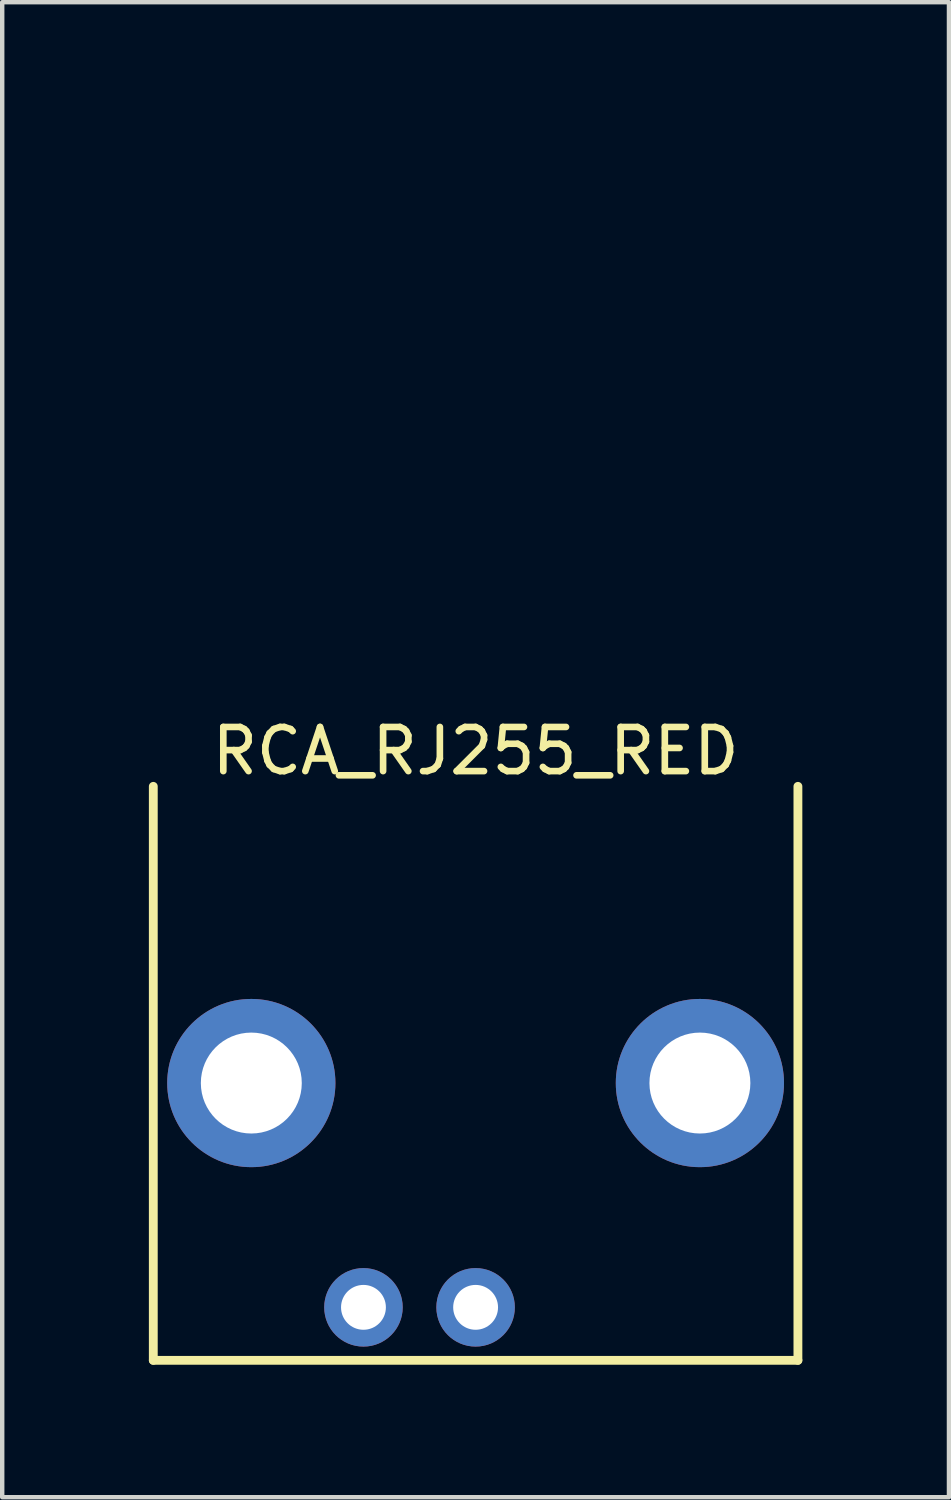
<source format=kicad_pcb>
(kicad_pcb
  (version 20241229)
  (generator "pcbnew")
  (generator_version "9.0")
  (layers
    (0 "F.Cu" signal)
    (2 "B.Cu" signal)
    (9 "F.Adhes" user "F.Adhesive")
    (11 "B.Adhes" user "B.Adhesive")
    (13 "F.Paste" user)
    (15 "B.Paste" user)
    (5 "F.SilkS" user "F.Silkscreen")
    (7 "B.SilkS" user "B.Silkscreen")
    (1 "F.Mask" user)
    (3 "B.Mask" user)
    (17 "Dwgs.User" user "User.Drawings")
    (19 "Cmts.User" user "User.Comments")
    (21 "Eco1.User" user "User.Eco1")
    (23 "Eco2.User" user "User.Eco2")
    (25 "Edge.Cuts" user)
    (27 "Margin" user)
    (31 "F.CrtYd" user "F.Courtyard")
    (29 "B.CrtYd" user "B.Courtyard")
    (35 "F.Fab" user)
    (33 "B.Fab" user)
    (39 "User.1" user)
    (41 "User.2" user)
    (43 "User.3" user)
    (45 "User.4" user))
  (footprint "RCA_RJ255_RED"
    (layer "F.Cu")
    (at 7.722 26.56)
    (property "Reference" "RCA_RJ255_RED" (at 0 -12.6 0) (layer "F.SilkS") (effects (font (size 1 1) (thickness 0.15))))
    (fp_line (start -7.3 1.2) (end -7.3 -11.8) (stroke (width 0.2) (type solid)) (layer "F.SilkS"))
    (fp_line (start -7.3 1.2) (end 7.3 1.2) (stroke (width 0.2) (type solid)) (layer "F.SilkS"))
    (fp_line (start 7.3 1.2) (end 7.3 -11.8) (stroke (width 0.2) (type solid)) (layer "F.SilkS"))
    (fp_line (start -7.62 -12.065) (end -2.54 -12.065) (stroke (width 0.102) (type solid)) (layer "Eco2.User"))
    (fp_line (start -7.62 -12.065) (end 7.62 -12.065) (stroke (width 0.203) (type solid)) (layer "Eco2.User"))
    (fp_line (start -6.985 -20.32) (end -5.715 -20.955) (stroke (width 0.203) (type solid)) (layer "Eco2.User"))
    (fp_line (start -6.985 -20.32) (end -5.715 -19.685) (stroke (width 0.203) (type solid)) (layer "Eco2.User"))
    (fp_line (start -6.985 -20.32) (end -3.81 -20.32) (stroke (width 0.203) (type solid)) (layer "Eco2.User"))
    (fp_line (start -6.985 -19.05) (end -5.715 -19.685) (stroke (width 0.203) (type solid)) (layer "Eco2.User"))
    (fp_line (start -6.985 -19.05) (end -5.715 -18.415) (stroke (width 0.203) (type solid)) (layer "Eco2.User"))
    (fp_line (start -6.985 -19.05) (end -3.81 -19.05) (stroke (width 0.203) (type solid)) (layer "Eco2.User"))
    (fp_line (start -6.985 -17.78) (end -5.715 -18.415) (stroke (width 0.203) (type solid)) (layer "Eco2.User"))
    (fp_line (start -6.985 -17.78) (end -5.715 -17.145) (stroke (width 0.203) (type solid)) (layer "Eco2.User"))
    (fp_line (start -6.985 -17.78) (end -3.81 -17.78) (stroke (width 0.203) (type solid)) (layer "Eco2.User"))
    (fp_line (start -6.985 -16.51) (end -5.715 -17.145) (stroke (width 0.203) (type solid)) (layer "Eco2.User"))
    (fp_line (start -6.985 -16.51) (end -5.715 -15.875) (stroke (width 0.203) (type solid)) (layer "Eco2.User"))
    (fp_line (start -6.985 -16.51) (end -3.81 -16.51) (stroke (width 0.203) (type solid)) (layer "Eco2.User"))
    (fp_line (start -6.985 -15.24) (end -5.715 -15.875) (stroke (width 0.203) (type solid)) (layer "Eco2.User"))
    (fp_line (start -6.985 -15.24) (end -5.715 -14.605) (stroke (width 0.203) (type solid)) (layer "Eco2.User"))
    (fp_line (start -6.985 -15.24) (end -3.81 -15.24) (stroke (width 0.203) (type solid)) (layer "Eco2.User"))
    (fp_line (start -6.985 -13.97) (end -5.715 -14.605) (stroke (width 0.203) (type solid)) (layer "Eco2.User"))
    (fp_line (start -6.985 -13.97) (end -5.715 -13.335) (stroke (width 0.203) (type solid)) (layer "Eco2.User"))
    (fp_line (start -6.985 -13.97) (end -3.81 -13.97) (stroke (width 0.203) (type solid)) (layer "Eco2.User"))
    (fp_line (start -6.985 -12.7) (end -5.715 -13.335) (stroke (width 0.203) (type solid)) (layer "Eco2.User"))
    (fp_line (start -6.985 -12.7) (end -5.715 -12.065) (stroke (width 0.203) (type solid)) (layer "Eco2.User"))
    (fp_line (start -6.985 -12.7) (end -3.81 -12.7) (stroke (width 0.203) (type solid)) (layer "Eco2.User"))
    (fp_line (start -5.715 -20.955) (end -2.54 -20.955) (stroke (width 0.203) (type solid)) (layer "Eco2.User"))
    (fp_line (start -5.715 -20.955) (end 5.715 -20.955) (stroke (width 0.203) (type solid)) (layer "Eco2.User"))
    (fp_line (start -5.715 -19.685) (end -2.54 -19.685) (stroke (width 0.203) (type solid)) (layer "Eco2.User"))
    (fp_line (start -5.715 -18.415) (end -2.54 -18.415) (stroke (width 0.203) (type solid)) (layer "Eco2.User"))
    (fp_line (start -5.715 -17.145) (end -2.54 -17.145) (stroke (width 0.203) (type solid)) (layer "Eco2.User"))
    (fp_line (start -5.715 -15.875) (end -2.54 -15.875) (stroke (width 0.203) (type solid)) (layer "Eco2.User"))
    (fp_line (start -5.715 -14.605) (end -2.54 -14.605) (stroke (width 0.203) (type solid)) (layer "Eco2.User"))
    (fp_line (start -5.715 -13.335) (end -2.54 -13.335) (stroke (width 0.203) (type solid)) (layer "Eco2.User"))
    (fp_line (start -5.08 -20.955) (end -5.08 -25.4) (stroke (width 0.203) (type solid)) (layer "Eco2.User"))
    (fp_line (start -5.08 -12.065) (end -5.08 -12.7) (stroke (width 0.102) (type solid)) (layer "Eco2.User"))
    (fp_line (start -3.81 -20.32) (end -2.54 -20.955) (stroke (width 0.203) (type solid)) (layer "Eco2.User"))
    (fp_line (start -3.81 -20.32) (end -2.54 -19.685) (stroke (width 0.203) (type solid)) (layer "Eco2.User"))
    (fp_line (start -3.81 -19.05) (end -2.54 -19.685) (stroke (width 0.203) (type solid)) (layer "Eco2.User"))
    (fp_line (start -3.81 -19.05) (end -2.54 -18.415) (stroke (width 0.203) (type solid)) (layer "Eco2.User"))
    (fp_line (start -3.81 -17.78) (end -2.54 -18.415) (stroke (width 0.203) (type solid)) (layer "Eco2.User"))
    (fp_line (start -3.81 -17.78) (end -2.54 -17.145) (stroke (width 0.203) (type solid)) (layer "Eco2.User"))
    (fp_line (start -3.81 -16.51) (end -2.54 -17.145) (stroke (width 0.203) (type solid)) (layer "Eco2.User"))
    (fp_line (start -3.81 -16.51) (end -2.54 -15.875) (stroke (width 0.203) (type solid)) (layer "Eco2.User"))
    (fp_line (start -3.81 -15.24) (end -2.54 -15.875) (stroke (width 0.203) (type solid)) (layer "Eco2.User"))
    (fp_line (start -3.81 -15.24) (end -2.54 -14.605) (stroke (width 0.203) (type solid)) (layer "Eco2.User"))
    (fp_line (start -3.81 -13.97) (end -2.54 -14.605) (stroke (width 0.203) (type solid)) (layer "Eco2.User"))
    (fp_line (start -3.81 -13.97) (end -2.54 -13.335) (stroke (width 0.203) (type solid)) (layer "Eco2.User"))
    (fp_line (start -3.81 -12.7) (end -2.54 -13.335) (stroke (width 0.203) (type solid)) (layer "Eco2.User"))
    (fp_line (start -3.81 -12.7) (end -2.54 -12.065) (stroke (width 0.203) (type solid)) (layer "Eco2.User"))
    (fp_line (start -3.175 -12.065) (end 7.62 -12.065) (stroke (width 0.102) (type solid)) (layer "Eco2.User"))
    (fp_line (start 2.54 -20.955) (end 3.81 -20.32) (stroke (width 0.203) (type solid)) (layer "Eco2.User"))
    (fp_line (start 2.54 -20.955) (end 5.715 -20.955) (stroke (width 0.203) (type solid)) (layer "Eco2.User"))
    (fp_line (start 2.54 -19.685) (end 3.81 -20.32) (stroke (width 0.203) (type solid)) (layer "Eco2.User"))
    (fp_line (start 2.54 -19.685) (end 3.81 -19.05) (stroke (width 0.203) (type solid)) (layer "Eco2.User"))
    (fp_line (start 2.54 -19.685) (end 5.715 -19.685) (stroke (width 0.203) (type solid)) (layer "Eco2.User"))
    (fp_line (start 2.54 -18.415) (end 3.81 -19.05) (stroke (width 0.203) (type solid)) (layer "Eco2.User"))
    (fp_line (start 2.54 -18.415) (end 3.81 -17.78) (stroke (width 0.203) (type solid)) (layer "Eco2.User"))
    (fp_line (start 2.54 -18.415) (end 5.715 -18.415) (stroke (width 0.203) (type solid)) (layer "Eco2.User"))
    (fp_line (start 2.54 -17.145) (end 3.81 -17.78) (stroke (width 0.203) (type solid)) (layer "Eco2.User"))
    (fp_line (start 2.54 -17.145) (end 3.81 -16.51) (stroke (width 0.203) (type solid)) (layer "Eco2.User"))
    (fp_line (start 2.54 -17.145) (end 5.715 -17.145) (stroke (width 0.203) (type solid)) (layer "Eco2.User"))
    (fp_line (start 2.54 -15.875) (end 3.81 -16.51) (stroke (width 0.203) (type solid)) (layer "Eco2.User"))
    (fp_line (start 2.54 -15.875) (end 3.81 -15.24) (stroke (width 0.203) (type solid)) (layer "Eco2.User"))
    (fp_line (start 2.54 -15.875) (end 5.715 -15.875) (stroke (width 0.203) (type solid)) (layer "Eco2.User"))
    (fp_line (start 2.54 -14.605) (end 3.81 -15.24) (stroke (width 0.203) (type solid)) (layer "Eco2.User"))
    (fp_line (start 2.54 -14.605) (end 3.81 -13.97) (stroke (width 0.203) (type solid)) (layer "Eco2.User"))
    (fp_line (start 2.54 -14.605) (end 5.715 -14.605) (stroke (width 0.203) (type solid)) (layer "Eco2.User"))
    (fp_line (start 2.54 -13.335) (end 3.81 -13.97) (stroke (width 0.203) (type solid)) (layer "Eco2.User"))
    (fp_line (start 2.54 -13.335) (end 3.81 -12.7) (stroke (width 0.203) (type solid)) (layer "Eco2.User"))
    (fp_line (start 2.54 -13.335) (end 5.715 -13.335) (stroke (width 0.203) (type solid)) (layer "Eco2.User"))
    (fp_line (start 2.54 -12.065) (end 3.81 -12.7) (stroke (width 0.203) (type solid)) (layer "Eco2.User"))
    (fp_line (start 3.81 -20.32) (end 6.985 -20.32) (stroke (width 0.203) (type solid)) (layer "Eco2.User"))
    (fp_line (start 3.81 -19.05) (end 6.985 -19.05) (stroke (width 0.203) (type solid)) (layer "Eco2.User"))
    (fp_line (start 3.81 -17.78) (end 6.985 -17.78) (stroke (width 0.203) (type solid)) (layer "Eco2.User"))
    (fp_line (start 3.81 -16.51) (end 6.985 -16.51) (stroke (width 0.203) (type solid)) (layer "Eco2.User"))
    (fp_line (start 3.81 -15.24) (end 6.985 -15.24) (stroke (width 0.203) (type solid)) (layer "Eco2.User"))
    (fp_line (start 3.81 -13.97) (end 6.985 -13.97) (stroke (width 0.203) (type solid)) (layer "Eco2.User"))
    (fp_line (start 3.81 -12.7) (end 6.985 -12.7) (stroke (width 0.203) (type solid)) (layer "Eco2.User"))
    (fp_line (start 5.08 -20.955) (end 5.08 -25.4) (stroke (width 0.203) (type solid)) (layer "Eco2.User"))
    (fp_line (start 5.08 -12.065) (end 5.08 -12.7) (stroke (width 0.102) (type solid)) (layer "Eco2.User"))
    (fp_line (start 5.715 -20.955) (end 6.985 -20.32) (stroke (width 0.203) (type solid)) (layer "Eco2.User"))
    (fp_line (start 5.715 -19.685) (end 6.985 -20.32) (stroke (width 0.203) (type solid)) (layer "Eco2.User"))
    (fp_line (start 5.715 -19.685) (end 6.985 -19.05) (stroke (width 0.203) (type solid)) (layer "Eco2.User"))
    (fp_line (start 5.715 -18.415) (end 6.985 -19.05) (stroke (width 0.203) (type solid)) (layer "Eco2.User"))
    (fp_line (start 5.715 -18.415) (end 6.985 -17.78) (stroke (width 0.203) (type solid)) (layer "Eco2.User"))
    (fp_line (start 5.715 -17.145) (end 6.985 -17.78) (stroke (width 0.203) (type solid)) (layer "Eco2.User"))
    (fp_line (start 5.715 -17.145) (end 6.985 -16.51) (stroke (width 0.203) (type solid)) (layer "Eco2.User"))
    (fp_line (start 5.715 -15.875) (end 6.985 -16.51) (stroke (width 0.203) (type solid)) (layer "Eco2.User"))
    (fp_line (start 5.715 -15.875) (end 6.985 -15.24) (stroke (width 0.203) (type solid)) (layer "Eco2.User"))
    (fp_line (start 5.715 -14.605) (end 6.985 -15.24) (stroke (width 0.203) (type solid)) (layer "Eco2.User"))
    (fp_line (start 5.715 -14.605) (end 6.985 -13.97) (stroke (width 0.203) (type solid)) (layer "Eco2.User"))
    (fp_line (start 5.715 -13.335) (end 6.985 -13.97) (stroke (width 0.203) (type solid)) (layer "Eco2.User"))
    (fp_line (start 5.715 -13.335) (end 6.985 -12.7) (stroke (width 0.203) (type solid)) (layer "Eco2.User"))
    (fp_line (start 5.715 -12.065) (end 6.985 -12.7) (stroke (width 0.203) (type solid)) (layer "Eco2.User"))
    (fp_arc (start -5.084396 -25.404396) (mid -2.54 -26.458319) (end 0.004396 -25.404396) (stroke (width 0.2032) (type solid)) (layer "Eco2.User"))
    (fp_arc (start -0.004396 -25.404396) (mid 2.54 -26.458319) (end 5.084396 -25.404396) (stroke (width 0.2032) (type solid)) (layer "Eco2.User"))
    (fp_arc (start 0.004396 -25.395604) (mid -2.54 -24.341681) (end -5.084396 -25.395604) (stroke (width 0.2032) (type solid)) (layer "Eco2.User"))
    (pad "1" thru_hole circle (at 0 0) (size 1.778 1.778) (drill 1.016) (layers "*.Cu" "*.Mask"))
    (pad "2" thru_hole circle (at -2.54 0) (size 1.778 1.778) (drill 1.016) (layers "*.Cu" "*.Mask"))
    (pad "G" thru_hole circle (at -5.08 -5.08) (size 3.81 3.81) (drill 2.286) (layers "*.Cu" "*.Mask"))
    (pad "G" thru_hole circle (at 5.08 -5.08) (size 3.81 3.81) (drill 2.286) (layers "*.Cu" "*.Mask")))
  (gr_rect
    (start -3 -3)
    (end 18.443 30.86)
    (stroke (width 0.1) (type default))
    (fill no)
    (layer "Edge.Cuts")))
</source>
